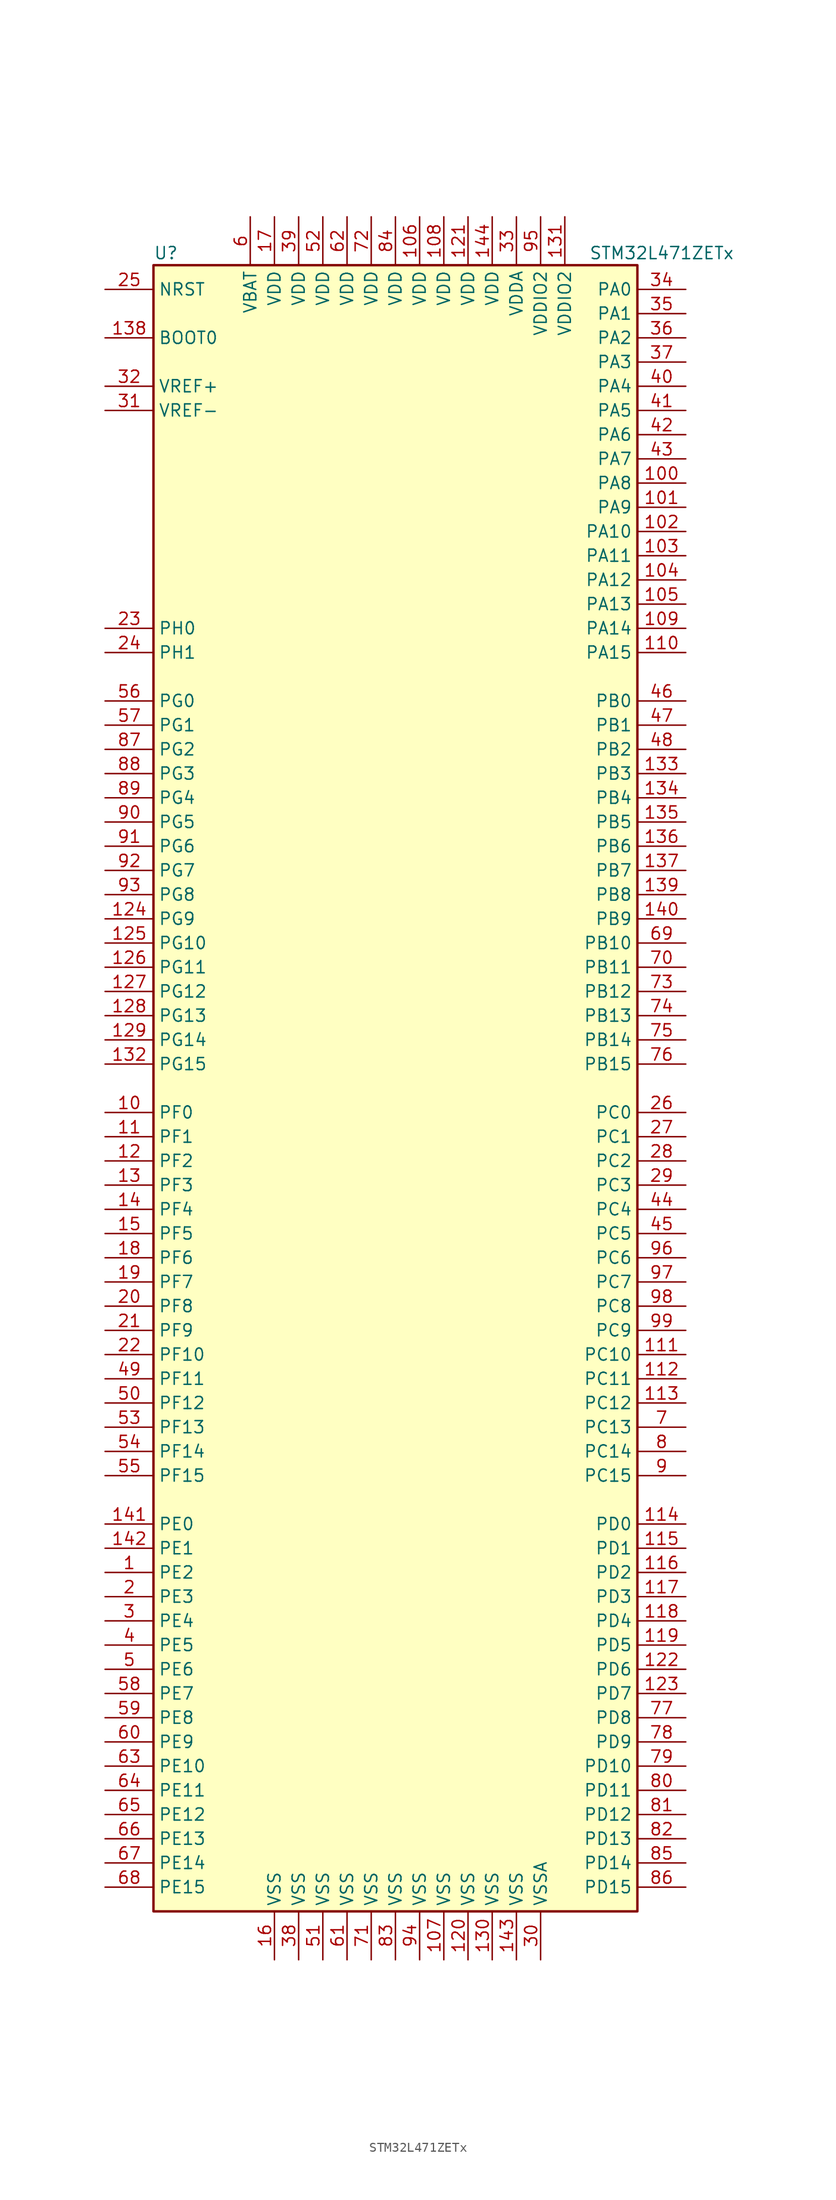
<source format=kicad_sym>
(kicad_symbol_lib
  (version 20220914)
  (generator kicad_symbol_editor)
  (symbol "STM32L471ZETx"
    (property "Reference" "U"
      (at -25.4 87.63 0)
      (effects (font (size 1.27 1.27)) (justify left)))
    (property "Value" "STM32L471ZETx"
      (at 20.32 87.63 0)
      (effects (font (size 1.27 1.27)) (justify left)))
    (symbol "STM32L471ZETx_0_1"
      (rectangle (start -25.4 -86.36) (end 25.4 86.36) (stroke (width 0.254) (type default)) (fill (type background))))
    (symbol "STM32L471ZETx_1_1"
      (pin bidirectional line (at -30.48 -50.8 0) (length 5.08) (name "PE2" (effects (font (size 1.27 1.27)))) (number "1" (effects (font (size 1.27 1.27)))))
      (pin bidirectional line (at -30.48 -2.54 0) (length 5.08) (name "PF0" (effects (font (size 1.27 1.27)))) (number "10" (effects (font (size 1.27 1.27)))))
      (pin bidirectional line (at 30.48 63.5 180) (length 5.08) (name "PA8" (effects (font (size 1.27 1.27)))) (number "100" (effects (font (size 1.27 1.27)))))
      (pin bidirectional line (at 30.48 60.96 180) (length 5.08) (name "PA9" (effects (font (size 1.27 1.27)))) (number "101" (effects (font (size 1.27 1.27)))))
      (pin bidirectional line (at 30.48 58.42 180) (length 5.08) (name "PA10" (effects (font (size 1.27 1.27)))) (number "102" (effects (font (size 1.27 1.27)))))
      (pin bidirectional line (at 30.48 55.88 180) (length 5.08) (name "PA11" (effects (font (size 1.27 1.27)))) (number "103" (effects (font (size 1.27 1.27)))))
      (pin bidirectional line (at 30.48 53.34 180) (length 5.08) (name "PA12" (effects (font (size 1.27 1.27)))) (number "104" (effects (font (size 1.27 1.27)))))
      (pin bidirectional line (at 30.48 50.8 180) (length 5.08) (name "PA13" (effects (font (size 1.27 1.27)))) (number "105" (effects (font (size 1.27 1.27)))))
      (pin power_in line (at 2.54 91.44 270) (length 5.08) (name "VDD" (effects (font (size 1.27 1.27)))) (number "106" (effects (font (size 1.27 1.27)))))
      (pin power_in line (at 5.08 -91.44 90) (length 5.08) (name "VSS" (effects (font (size 1.27 1.27)))) (number "107" (effects (font (size 1.27 1.27)))))
      (pin power_in line (at 5.08 91.44 270) (length 5.08) (name "VDD" (effects (font (size 1.27 1.27)))) (number "108" (effects (font (size 1.27 1.27)))))
      (pin bidirectional line (at 30.48 48.26 180) (length 5.08) (name "PA14" (effects (font (size 1.27 1.27)))) (number "109" (effects (font (size 1.27 1.27)))))
      (pin bidirectional line (at -30.48 -5.08 0) (length 5.08) (name "PF1" (effects (font (size 1.27 1.27)))) (number "11" (effects (font (size 1.27 1.27)))))
      (pin bidirectional line (at 30.48 45.72 180) (length 5.08) (name "PA15" (effects (font (size 1.27 1.27)))) (number "110" (effects (font (size 1.27 1.27)))))
      (pin bidirectional line (at 30.48 -27.94 180) (length 5.08) (name "PC10" (effects (font (size 1.27 1.27)))) (number "111" (effects (font (size 1.27 1.27)))))
      (pin bidirectional line (at 30.48 -30.48 180) (length 5.08) (name "PC11" (effects (font (size 1.27 1.27)))) (number "112" (effects (font (size 1.27 1.27)))))
      (pin bidirectional line (at 30.48 -33.02 180) (length 5.08) (name "PC12" (effects (font (size 1.27 1.27)))) (number "113" (effects (font (size 1.27 1.27)))))
      (pin bidirectional line (at 30.48 -45.72 180) (length 5.08) (name "PD0" (effects (font (size 1.27 1.27)))) (number "114" (effects (font (size 1.27 1.27)))))
      (pin bidirectional line (at 30.48 -48.26 180) (length 5.08) (name "PD1" (effects (font (size 1.27 1.27)))) (number "115" (effects (font (size 1.27 1.27)))))
      (pin bidirectional line (at 30.48 -50.8 180) (length 5.08) (name "PD2" (effects (font (size 1.27 1.27)))) (number "116" (effects (font (size 1.27 1.27)))))
      (pin bidirectional line (at 30.48 -53.34 180) (length 5.08) (name "PD3" (effects (font (size 1.27 1.27)))) (number "117" (effects (font (size 1.27 1.27)))))
      (pin bidirectional line (at 30.48 -55.88 180) (length 5.08) (name "PD4" (effects (font (size 1.27 1.27)))) (number "118" (effects (font (size 1.27 1.27)))))
      (pin bidirectional line (at 30.48 -58.42 180) (length 5.08) (name "PD5" (effects (font (size 1.27 1.27)))) (number "119" (effects (font (size 1.27 1.27)))))
      (pin bidirectional line (at -30.48 -7.62 0) (length 5.08) (name "PF2" (effects (font (size 1.27 1.27)))) (number "12" (effects (font (size 1.27 1.27)))))
      (pin power_in line (at 7.62 -91.44 90) (length 5.08) (name "VSS" (effects (font (size 1.27 1.27)))) (number "120" (effects (font (size 1.27 1.27)))))
      (pin power_in line (at 7.62 91.44 270) (length 5.08) (name "VDD" (effects (font (size 1.27 1.27)))) (number "121" (effects (font (size 1.27 1.27)))))
      (pin bidirectional line (at 30.48 -60.96 180) (length 5.08) (name "PD6" (effects (font (size 1.27 1.27)))) (number "122" (effects (font (size 1.27 1.27)))))
      (pin bidirectional line (at 30.48 -63.5 180) (length 5.08) (name "PD7" (effects (font (size 1.27 1.27)))) (number "123" (effects (font (size 1.27 1.27)))))
      (pin bidirectional line (at -30.48 17.78 0) (length 5.08) (name "PG9" (effects (font (size 1.27 1.27)))) (number "124" (effects (font (size 1.27 1.27)))))
      (pin bidirectional line (at -30.48 15.24 0) (length 5.08) (name "PG10" (effects (font (size 1.27 1.27)))) (number "125" (effects (font (size 1.27 1.27)))))
      (pin bidirectional line (at -30.48 12.7 0) (length 5.08) (name "PG11" (effects (font (size 1.27 1.27)))) (number "126" (effects (font (size 1.27 1.27)))))
      (pin bidirectional line (at -30.48 10.16 0) (length 5.08) (name "PG12" (effects (font (size 1.27 1.27)))) (number "127" (effects (font (size 1.27 1.27)))))
      (pin bidirectional line (at -30.48 7.62 0) (length 5.08) (name "PG13" (effects (font (size 1.27 1.27)))) (number "128" (effects (font (size 1.27 1.27)))))
      (pin bidirectional line (at -30.48 5.08 0) (length 5.08) (name "PG14" (effects (font (size 1.27 1.27)))) (number "129" (effects (font (size 1.27 1.27)))))
      (pin bidirectional line (at -30.48 -10.16 0) (length 5.08) (name "PF3" (effects (font (size 1.27 1.27)))) (number "13" (effects (font (size 1.27 1.27)))))
      (pin power_in line (at 10.16 -91.44 90) (length 5.08) (name "VSS" (effects (font (size 1.27 1.27)))) (number "130" (effects (font (size 1.27 1.27)))))
      (pin power_in line (at 17.78 91.44 270) (length 5.08) (name "VDDIO2" (effects (font (size 1.27 1.27)))) (number "131" (effects (font (size 1.27 1.27)))))
      (pin bidirectional line (at -30.48 2.54 0) (length 5.08) (name "PG15" (effects (font (size 1.27 1.27)))) (number "132" (effects (font (size 1.27 1.27)))))
      (pin bidirectional line (at 30.48 33.02 180) (length 5.08) (name "PB3" (effects (font (size 1.27 1.27)))) (number "133" (effects (font (size 1.27 1.27)))))
      (pin bidirectional line (at 30.48 30.48 180) (length 5.08) (name "PB4" (effects (font (size 1.27 1.27)))) (number "134" (effects (font (size 1.27 1.27)))))
      (pin bidirectional line (at 30.48 27.94 180) (length 5.08) (name "PB5" (effects (font (size 1.27 1.27)))) (number "135" (effects (font (size 1.27 1.27)))))
      (pin bidirectional line (at 30.48 25.4 180) (length 5.08) (name "PB6" (effects (font (size 1.27 1.27)))) (number "136" (effects (font (size 1.27 1.27)))))
      (pin bidirectional line (at 30.48 22.86 180) (length 5.08) (name "PB7" (effects (font (size 1.27 1.27)))) (number "137" (effects (font (size 1.27 1.27)))))
      (pin input line (at -30.48 78.74 0) (length 5.08) (name "BOOT0" (effects (font (size 1.27 1.27)))) (number "138" (effects (font (size 1.27 1.27)))))
      (pin bidirectional line (at 30.48 20.32 180) (length 5.08) (name "PB8" (effects (font (size 1.27 1.27)))) (number "139" (effects (font (size 1.27 1.27)))))
      (pin bidirectional line (at -30.48 -12.7 0) (length 5.08) (name "PF4" (effects (font (size 1.27 1.27)))) (number "14" (effects (font (size 1.27 1.27)))))
      (pin bidirectional line (at 30.48 17.78 180) (length 5.08) (name "PB9" (effects (font (size 1.27 1.27)))) (number "140" (effects (font (size 1.27 1.27)))))
      (pin bidirectional line (at -30.48 -45.72 0) (length 5.08) (name "PE0" (effects (font (size 1.27 1.27)))) (number "141" (effects (font (size 1.27 1.27)))))
      (pin bidirectional line (at -30.48 -48.26 0) (length 5.08) (name "PE1" (effects (font (size 1.27 1.27)))) (number "142" (effects (font (size 1.27 1.27)))))
      (pin power_in line (at 12.7 -91.44 90) (length 5.08) (name "VSS" (effects (font (size 1.27 1.27)))) (number "143" (effects (font (size 1.27 1.27)))))
      (pin power_in line (at 10.16 91.44 270) (length 5.08) (name "VDD" (effects (font (size 1.27 1.27)))) (number "144" (effects (font (size 1.27 1.27)))))
      (pin bidirectional line (at -30.48 -15.24 0) (length 5.08) (name "PF5" (effects (font (size 1.27 1.27)))) (number "15" (effects (font (size 1.27 1.27)))))
      (pin power_in line (at -12.7 -91.44 90) (length 5.08) (name "VSS" (effects (font (size 1.27 1.27)))) (number "16" (effects (font (size 1.27 1.27)))))
      (pin power_in line (at -12.7 91.44 270) (length 5.08) (name "VDD" (effects (font (size 1.27 1.27)))) (number "17" (effects (font (size 1.27 1.27)))))
      (pin bidirectional line (at -30.48 -17.78 0) (length 5.08) (name "PF6" (effects (font (size 1.27 1.27)))) (number "18" (effects (font (size 1.27 1.27)))))
      (pin bidirectional line (at -30.48 -20.32 0) (length 5.08) (name "PF7" (effects (font (size 1.27 1.27)))) (number "19" (effects (font (size 1.27 1.27)))))
      (pin bidirectional line (at -30.48 -53.34 0) (length 5.08) (name "PE3" (effects (font (size 1.27 1.27)))) (number "2" (effects (font (size 1.27 1.27)))))
      (pin bidirectional line (at -30.48 -22.86 0) (length 5.08) (name "PF8" (effects (font (size 1.27 1.27)))) (number "20" (effects (font (size 1.27 1.27)))))
      (pin bidirectional line (at -30.48 -25.4 0) (length 5.08) (name "PF9" (effects (font (size 1.27 1.27)))) (number "21" (effects (font (size 1.27 1.27)))))
      (pin bidirectional line (at -30.48 -27.94 0) (length 5.08) (name "PF10" (effects (font (size 1.27 1.27)))) (number "22" (effects (font (size 1.27 1.27)))))
      (pin input line (at -30.48 48.26 0) (length 5.08) (name "PH0" (effects (font (size 1.27 1.27)))) (number "23" (effects (font (size 1.27 1.27)))))
      (pin input line (at -30.48 45.72 0) (length 5.08) (name "PH1" (effects (font (size 1.27 1.27)))) (number "24" (effects (font (size 1.27 1.27)))))
      (pin input line (at -30.48 83.82 0) (length 5.08) (name "NRST" (effects (font (size 1.27 1.27)))) (number "25" (effects (font (size 1.27 1.27)))))
      (pin bidirectional line (at 30.48 -2.54 180) (length 5.08) (name "PC0" (effects (font (size 1.27 1.27)))) (number "26" (effects (font (size 1.27 1.27)))))
      (pin bidirectional line (at 30.48 -5.08 180) (length 5.08) (name "PC1" (effects (font (size 1.27 1.27)))) (number "27" (effects (font (size 1.27 1.27)))))
      (pin bidirectional line (at 30.48 -7.62 180) (length 5.08) (name "PC2" (effects (font (size 1.27 1.27)))) (number "28" (effects (font (size 1.27 1.27)))))
      (pin bidirectional line (at 30.48 -10.16 180) (length 5.08) (name "PC3" (effects (font (size 1.27 1.27)))) (number "29" (effects (font (size 1.27 1.27)))))
      (pin bidirectional line (at -30.48 -55.88 0) (length 5.08) (name "PE4" (effects (font (size 1.27 1.27)))) (number "3" (effects (font (size 1.27 1.27)))))
      (pin power_in line (at 15.24 -91.44 90) (length 5.08) (name "VSSA" (effects (font (size 1.27 1.27)))) (number "30" (effects (font (size 1.27 1.27)))))
      (pin power_in line (at -30.48 71.12 0) (length 5.08) (name "VREF-" (effects (font (size 1.27 1.27)))) (number "31" (effects (font (size 1.27 1.27)))))
      (pin bidirectional line (at -30.48 73.66 0) (length 5.08) (name "VREF+" (effects (font (size 1.27 1.27)))) (number "32" (effects (font (size 1.27 1.27)))))
      (pin power_in line (at 12.7 91.44 270) (length 5.08) (name "VDDA" (effects (font (size 1.27 1.27)))) (number "33" (effects (font (size 1.27 1.27)))))
      (pin bidirectional line (at 30.48 83.82 180) (length 5.08) (name "PA0" (effects (font (size 1.27 1.27)))) (number "34" (effects (font (size 1.27 1.27)))))
      (pin bidirectional line (at 30.48 81.28 180) (length 5.08) (name "PA1" (effects (font (size 1.27 1.27)))) (number "35" (effects (font (size 1.27 1.27)))))
      (pin bidirectional line (at 30.48 78.74 180) (length 5.08) (name "PA2" (effects (font (size 1.27 1.27)))) (number "36" (effects (font (size 1.27 1.27)))))
      (pin bidirectional line (at 30.48 76.2 180) (length 5.08) (name "PA3" (effects (font (size 1.27 1.27)))) (number "37" (effects (font (size 1.27 1.27)))))
      (pin power_in line (at -10.16 -91.44 90) (length 5.08) (name "VSS" (effects (font (size 1.27 1.27)))) (number "38" (effects (font (size 1.27 1.27)))))
      (pin power_in line (at -10.16 91.44 270) (length 5.08) (name "VDD" (effects (font (size 1.27 1.27)))) (number "39" (effects (font (size 1.27 1.27)))))
      (pin bidirectional line (at -30.48 -58.42 0) (length 5.08) (name "PE5" (effects (font (size 1.27 1.27)))) (number "4" (effects (font (size 1.27 1.27)))))
      (pin bidirectional line (at 30.48 73.66 180) (length 5.08) (name "PA4" (effects (font (size 1.27 1.27)))) (number "40" (effects (font (size 1.27 1.27)))))
      (pin bidirectional line (at 30.48 71.12 180) (length 5.08) (name "PA5" (effects (font (size 1.27 1.27)))) (number "41" (effects (font (size 1.27 1.27)))))
      (pin bidirectional line (at 30.48 68.58 180) (length 5.08) (name "PA6" (effects (font (size 1.27 1.27)))) (number "42" (effects (font (size 1.27 1.27)))))
      (pin bidirectional line (at 30.48 66.04 180) (length 5.08) (name "PA7" (effects (font (size 1.27 1.27)))) (number "43" (effects (font (size 1.27 1.27)))))
      (pin bidirectional line (at 30.48 -12.7 180) (length 5.08) (name "PC4" (effects (font (size 1.27 1.27)))) (number "44" (effects (font (size 1.27 1.27)))))
      (pin bidirectional line (at 30.48 -15.24 180) (length 5.08) (name "PC5" (effects (font (size 1.27 1.27)))) (number "45" (effects (font (size 1.27 1.27)))))
      (pin bidirectional line (at 30.48 40.64 180) (length 5.08) (name "PB0" (effects (font (size 1.27 1.27)))) (number "46" (effects (font (size 1.27 1.27)))))
      (pin bidirectional line (at 30.48 38.1 180) (length 5.08) (name "PB1" (effects (font (size 1.27 1.27)))) (number "47" (effects (font (size 1.27 1.27)))))
      (pin bidirectional line (at 30.48 35.56 180) (length 5.08) (name "PB2" (effects (font (size 1.27 1.27)))) (number "48" (effects (font (size 1.27 1.27)))))
      (pin bidirectional line (at -30.48 -30.48 0) (length 5.08) (name "PF11" (effects (font (size 1.27 1.27)))) (number "49" (effects (font (size 1.27 1.27)))))
      (pin bidirectional line (at -30.48 -60.96 0) (length 5.08) (name "PE6" (effects (font (size 1.27 1.27)))) (number "5" (effects (font (size 1.27 1.27)))))
      (pin bidirectional line (at -30.48 -33.02 0) (length 5.08) (name "PF12" (effects (font (size 1.27 1.27)))) (number "50" (effects (font (size 1.27 1.27)))))
      (pin power_in line (at -7.62 -91.44 90) (length 5.08) (name "VSS" (effects (font (size 1.27 1.27)))) (number "51" (effects (font (size 1.27 1.27)))))
      (pin power_in line (at -7.62 91.44 270) (length 5.08) (name "VDD" (effects (font (size 1.27 1.27)))) (number "52" (effects (font (size 1.27 1.27)))))
      (pin bidirectional line (at -30.48 -35.56 0) (length 5.08) (name "PF13" (effects (font (size 1.27 1.27)))) (number "53" (effects (font (size 1.27 1.27)))))
      (pin bidirectional line (at -30.48 -38.1 0) (length 5.08) (name "PF14" (effects (font (size 1.27 1.27)))) (number "54" (effects (font (size 1.27 1.27)))))
      (pin bidirectional line (at -30.48 -40.64 0) (length 5.08) (name "PF15" (effects (font (size 1.27 1.27)))) (number "55" (effects (font (size 1.27 1.27)))))
      (pin bidirectional line (at -30.48 40.64 0) (length 5.08) (name "PG0" (effects (font (size 1.27 1.27)))) (number "56" (effects (font (size 1.27 1.27)))))
      (pin bidirectional line (at -30.48 38.1 0) (length 5.08) (name "PG1" (effects (font (size 1.27 1.27)))) (number "57" (effects (font (size 1.27 1.27)))))
      (pin bidirectional line (at -30.48 -63.5 0) (length 5.08) (name "PE7" (effects (font (size 1.27 1.27)))) (number "58" (effects (font (size 1.27 1.27)))))
      (pin bidirectional line (at -30.48 -66.04 0) (length 5.08) (name "PE8" (effects (font (size 1.27 1.27)))) (number "59" (effects (font (size 1.27 1.27)))))
      (pin power_in line (at -15.24 91.44 270) (length 5.08) (name "VBAT" (effects (font (size 1.27 1.27)))) (number "6" (effects (font (size 1.27 1.27)))))
      (pin bidirectional line (at -30.48 -68.58 0) (length 5.08) (name "PE9" (effects (font (size 1.27 1.27)))) (number "60" (effects (font (size 1.27 1.27)))))
      (pin power_in line (at -5.08 -91.44 90) (length 5.08) (name "VSS" (effects (font (size 1.27 1.27)))) (number "61" (effects (font (size 1.27 1.27)))))
      (pin power_in line (at -5.08 91.44 270) (length 5.08) (name "VDD" (effects (font (size 1.27 1.27)))) (number "62" (effects (font (size 1.27 1.27)))))
      (pin bidirectional line (at -30.48 -71.12 0) (length 5.08) (name "PE10" (effects (font (size 1.27 1.27)))) (number "63" (effects (font (size 1.27 1.27)))))
      (pin bidirectional line (at -30.48 -73.66 0) (length 5.08) (name "PE11" (effects (font (size 1.27 1.27)))) (number "64" (effects (font (size 1.27 1.27)))))
      (pin bidirectional line (at -30.48 -76.2 0) (length 5.08) (name "PE12" (effects (font (size 1.27 1.27)))) (number "65" (effects (font (size 1.27 1.27)))))
      (pin bidirectional line (at -30.48 -78.74 0) (length 5.08) (name "PE13" (effects (font (size 1.27 1.27)))) (number "66" (effects (font (size 1.27 1.27)))))
      (pin bidirectional line (at -30.48 -81.28 0) (length 5.08) (name "PE14" (effects (font (size 1.27 1.27)))) (number "67" (effects (font (size 1.27 1.27)))))
      (pin bidirectional line (at -30.48 -83.82 0) (length 5.08) (name "PE15" (effects (font (size 1.27 1.27)))) (number "68" (effects (font (size 1.27 1.27)))))
      (pin bidirectional line (at 30.48 15.24 180) (length 5.08) (name "PB10" (effects (font (size 1.27 1.27)))) (number "69" (effects (font (size 1.27 1.27)))))
      (pin bidirectional line (at 30.48 -35.56 180) (length 5.08) (name "PC13" (effects (font (size 1.27 1.27)))) (number "7" (effects (font (size 1.27 1.27)))))
      (pin bidirectional line (at 30.48 12.7 180) (length 5.08) (name "PB11" (effects (font (size 1.27 1.27)))) (number "70" (effects (font (size 1.27 1.27)))))
      (pin power_in line (at -2.54 -91.44 90) (length 5.08) (name "VSS" (effects (font (size 1.27 1.27)))) (number "71" (effects (font (size 1.27 1.27)))))
      (pin power_in line (at -2.54 91.44 270) (length 5.08) (name "VDD" (effects (font (size 1.27 1.27)))) (number "72" (effects (font (size 1.27 1.27)))))
      (pin bidirectional line (at 30.48 10.16 180) (length 5.08) (name "PB12" (effects (font (size 1.27 1.27)))) (number "73" (effects (font (size 1.27 1.27)))))
      (pin bidirectional line (at 30.48 7.62 180) (length 5.08) (name "PB13" (effects (font (size 1.27 1.27)))) (number "74" (effects (font (size 1.27 1.27)))))
      (pin bidirectional line (at 30.48 5.08 180) (length 5.08) (name "PB14" (effects (font (size 1.27 1.27)))) (number "75" (effects (font (size 1.27 1.27)))))
      (pin bidirectional line (at 30.48 2.54 180) (length 5.08) (name "PB15" (effects (font (size 1.27 1.27)))) (number "76" (effects (font (size 1.27 1.27)))))
      (pin bidirectional line (at 30.48 -66.04 180) (length 5.08) (name "PD8" (effects (font (size 1.27 1.27)))) (number "77" (effects (font (size 1.27 1.27)))))
      (pin bidirectional line (at 30.48 -68.58 180) (length 5.08) (name "PD9" (effects (font (size 1.27 1.27)))) (number "78" (effects (font (size 1.27 1.27)))))
      (pin bidirectional line (at 30.48 -71.12 180) (length 5.08) (name "PD10" (effects (font (size 1.27 1.27)))) (number "79" (effects (font (size 1.27 1.27)))))
      (pin bidirectional line (at 30.48 -38.1 180) (length 5.08) (name "PC14" (effects (font (size 1.27 1.27)))) (number "8" (effects (font (size 1.27 1.27)))))
      (pin bidirectional line (at 30.48 -73.66 180) (length 5.08) (name "PD11" (effects (font (size 1.27 1.27)))) (number "80" (effects (font (size 1.27 1.27)))))
      (pin bidirectional line (at 30.48 -76.2 180) (length 5.08) (name "PD12" (effects (font (size 1.27 1.27)))) (number "81" (effects (font (size 1.27 1.27)))))
      (pin bidirectional line (at 30.48 -78.74 180) (length 5.08) (name "PD13" (effects (font (size 1.27 1.27)))) (number "82" (effects (font (size 1.27 1.27)))))
      (pin power_in line (at 0 -91.44 90) (length 5.08) (name "VSS" (effects (font (size 1.27 1.27)))) (number "83" (effects (font (size 1.27 1.27)))))
      (pin power_in line (at 0 91.44 270) (length 5.08) (name "VDD" (effects (font (size 1.27 1.27)))) (number "84" (effects (font (size 1.27 1.27)))))
      (pin bidirectional line (at 30.48 -81.28 180) (length 5.08) (name "PD14" (effects (font (size 1.27 1.27)))) (number "85" (effects (font (size 1.27 1.27)))))
      (pin bidirectional line (at 30.48 -83.82 180) (length 5.08) (name "PD15" (effects (font (size 1.27 1.27)))) (number "86" (effects (font (size 1.27 1.27)))))
      (pin bidirectional line (at -30.48 35.56 0) (length 5.08) (name "PG2" (effects (font (size 1.27 1.27)))) (number "87" (effects (font (size 1.27 1.27)))))
      (pin bidirectional line (at -30.48 33.02 0) (length 5.08) (name "PG3" (effects (font (size 1.27 1.27)))) (number "88" (effects (font (size 1.27 1.27)))))
      (pin bidirectional line (at -30.48 30.48 0) (length 5.08) (name "PG4" (effects (font (size 1.27 1.27)))) (number "89" (effects (font (size 1.27 1.27)))))
      (pin bidirectional line (at 30.48 -40.64 180) (length 5.08) (name "PC15" (effects (font (size 1.27 1.27)))) (number "9" (effects (font (size 1.27 1.27)))))
      (pin bidirectional line (at -30.48 27.94 0) (length 5.08) (name "PG5" (effects (font (size 1.27 1.27)))) (number "90" (effects (font (size 1.27 1.27)))))
      (pin bidirectional line (at -30.48 25.4 0) (length 5.08) (name "PG6" (effects (font (size 1.27 1.27)))) (number "91" (effects (font (size 1.27 1.27)))))
      (pin bidirectional line (at -30.48 22.86 0) (length 5.08) (name "PG7" (effects (font (size 1.27 1.27)))) (number "92" (effects (font (size 1.27 1.27)))))
      (pin bidirectional line (at -30.48 20.32 0) (length 5.08) (name "PG8" (effects (font (size 1.27 1.27)))) (number "93" (effects (font (size 1.27 1.27)))))
      (pin power_in line (at 2.54 -91.44 90) (length 5.08) (name "VSS" (effects (font (size 1.27 1.27)))) (number "94" (effects (font (size 1.27 1.27)))))
      (pin power_in line (at 15.24 91.44 270) (length 5.08) (name "VDDIO2" (effects (font (size 1.27 1.27)))) (number "95" (effects (font (size 1.27 1.27)))))
      (pin bidirectional line (at 30.48 -17.78 180) (length 5.08) (name "PC6" (effects (font (size 1.27 1.27)))) (number "96" (effects (font (size 1.27 1.27)))))
      (pin bidirectional line (at 30.48 -20.32 180) (length 5.08) (name "PC7" (effects (font (size 1.27 1.27)))) (number "97" (effects (font (size 1.27 1.27)))))
      (pin bidirectional line (at 30.48 -22.86 180) (length 5.08) (name "PC8" (effects (font (size 1.27 1.27)))) (number "98" (effects (font (size 1.27 1.27)))))
      (pin bidirectional line (at 30.48 -25.4 180) (length 5.08) (name "PC9" (effects (font (size 1.27 1.27)))) (number "99" (effects (font (size 1.27 1.27))))))))
</source>
